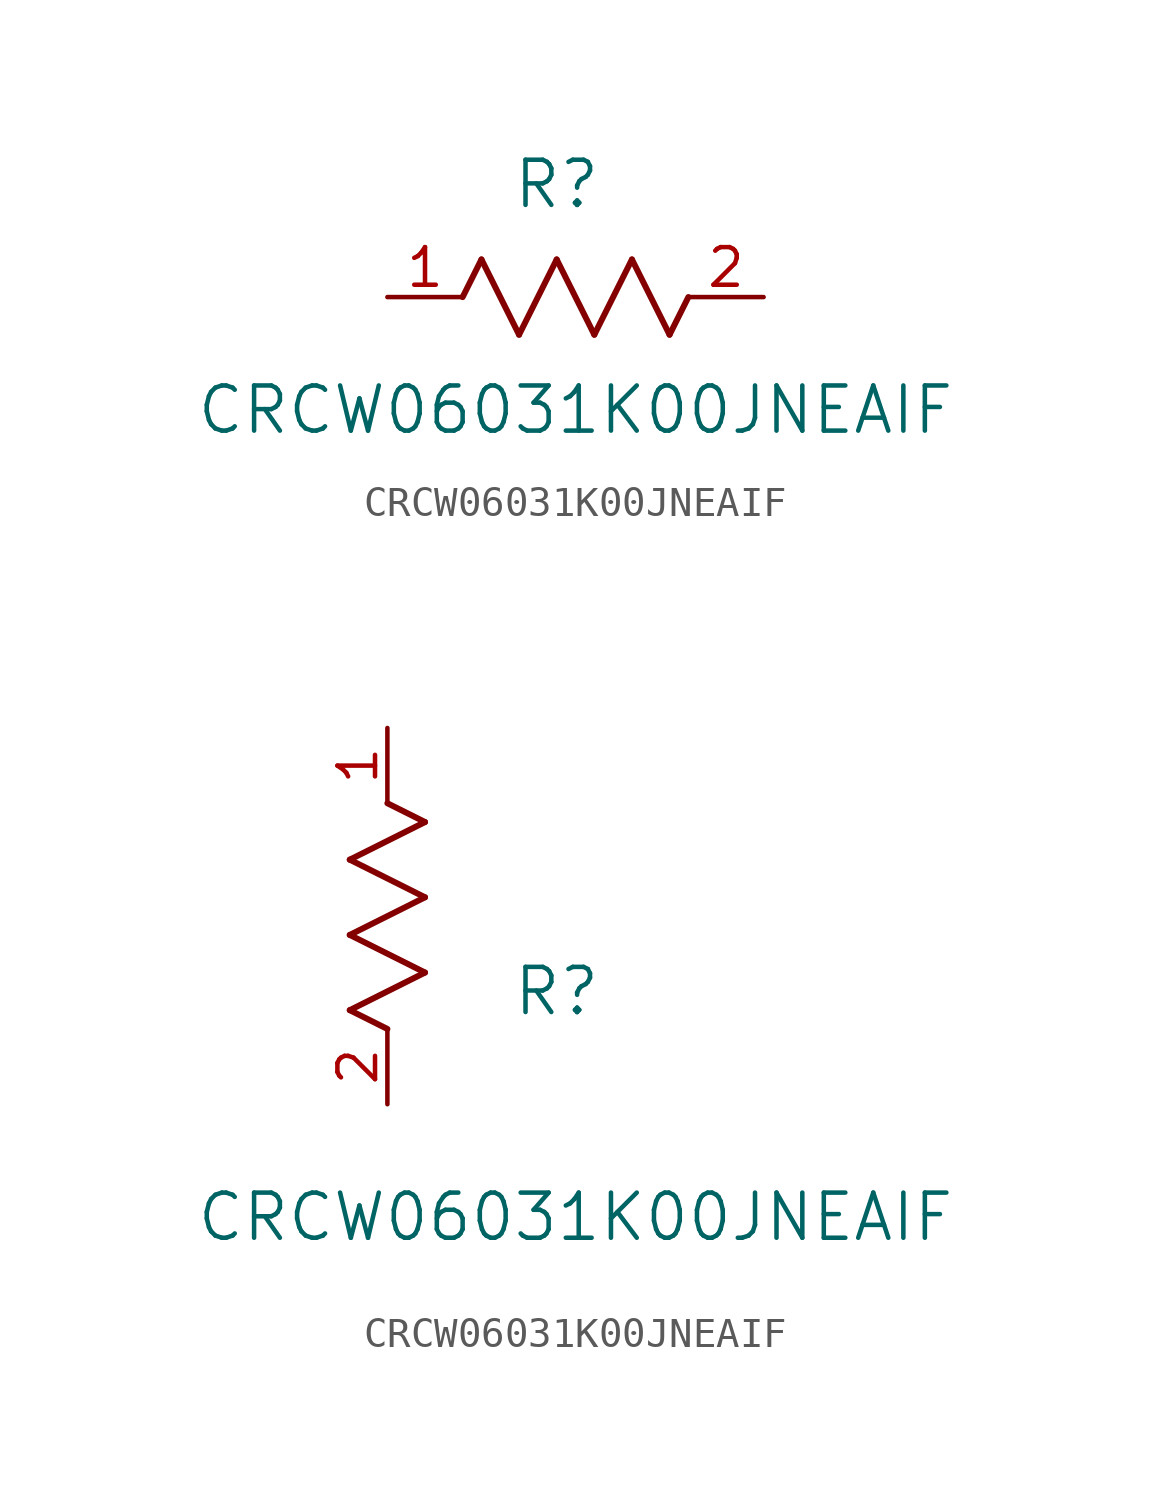
<source format=kicad_sym>
(kicad_symbol_lib
  (version 20211014)
  (generator kicad_symbol_editor)
  (symbol "CRCW06031K00JNEAIF"
    (pin_names
      (offset 0.254))
    (property "Reference" "R"
      (at 5.715 3.81 0)
      (effects (font (size 1.524 1.524))))
    (property "Value" "CRCW06031K00JNEAIF"
      (at 6.35 -3.81 0)
      (effects (font (size 1.524 1.524))))
    (symbol "CRCW06031K00JNEAIF_1_1"
      (polyline (pts (xy 3.175 1.27) (xy 4.445 -1.27)) (stroke (width 0.203) (type default) (color 0 0 0 0)) (fill (type none)))
      (polyline (pts (xy 4.445 -1.27) (xy 5.715 1.27)) (stroke (width 0.203) (type default) (color 0 0 0 0)) (fill (type none)))
      (polyline (pts (xy 5.715 1.27) (xy 6.985 -1.27)) (stroke (width 0.203) (type default) (color 0 0 0 0)) (fill (type none)))
      (polyline (pts (xy 6.985 -1.27) (xy 8.255 1.27)) (stroke (width 0.203) (type default) (color 0 0 0 0)) (fill (type none)))
      (polyline (pts (xy 8.255 1.27) (xy 9.525 -1.27)) (stroke (width 0.203) (type default) (color 0 0 0 0)) (fill (type none)))
      (polyline (pts (xy 2.54 0) (xy 3.175 1.27)) (stroke (width 0.203) (type default) (color 0 0 0 0)) (fill (type none)))
      (polyline (pts (xy 9.525 -1.27) (xy 10.16 0)) (stroke (width 0.203) (type default) (color 0 0 0 0)) (fill (type none)))
      (pin unspecified line (at 0 0 0) (length 2.54) (name "" (effects (font (size 1.27 1.27)))) (number "1" (effects (font (size 1.27 1.27)))))
      (pin unspecified line (at 12.7 0 180) (length 2.54) (name "" (effects (font (size 1.27 1.27)))) (number "2" (effects (font (size 1.27 1.27))))))
    (symbol "CRCW06031K00JNEAIF_1_2"
      (polyline (pts (xy 0 2.54) (xy -1.27 3.175)) (stroke (width 0.203) (type default) (color 0 0 0 0)) (fill (type none)))
      (polyline (pts (xy -1.27 3.175) (xy 1.27 4.445)) (stroke (width 0.203) (type default) (color 0 0 0 0)) (fill (type none)))
      (polyline (pts (xy 1.27 4.445) (xy -1.27 5.715)) (stroke (width 0.203) (type default) (color 0 0 0 0)) (fill (type none)))
      (polyline (pts (xy -1.27 5.715) (xy 1.27 6.985)) (stroke (width 0.203) (type default) (color 0 0 0 0)) (fill (type none)))
      (polyline (pts (xy -1.27 8.255) (xy 1.27 9.525)) (stroke (width 0.203) (type default) (color 0 0 0 0)) (fill (type none)))
      (polyline (pts (xy 1.27 9.525) (xy 0 10.16)) (stroke (width 0.203) (type default) (color 0 0 0 0)) (fill (type none)))
      (polyline (pts (xy 1.27 6.985) (xy -1.27 8.255)) (stroke (width 0.203) (type default) (color 0 0 0 0)) (fill (type none)))
      (pin unspecified line (at 0 12.7 270) (length 2.54) (name "" (effects (font (size 1.27 1.27)))) (number "1" (effects (font (size 1.27 1.27)))))
      (pin unspecified line (at 0 0 90) (length 2.54) (name "" (effects (font (size 1.27 1.27)))) (number "2" (effects (font (size 1.27 1.27))))))))
</source>
